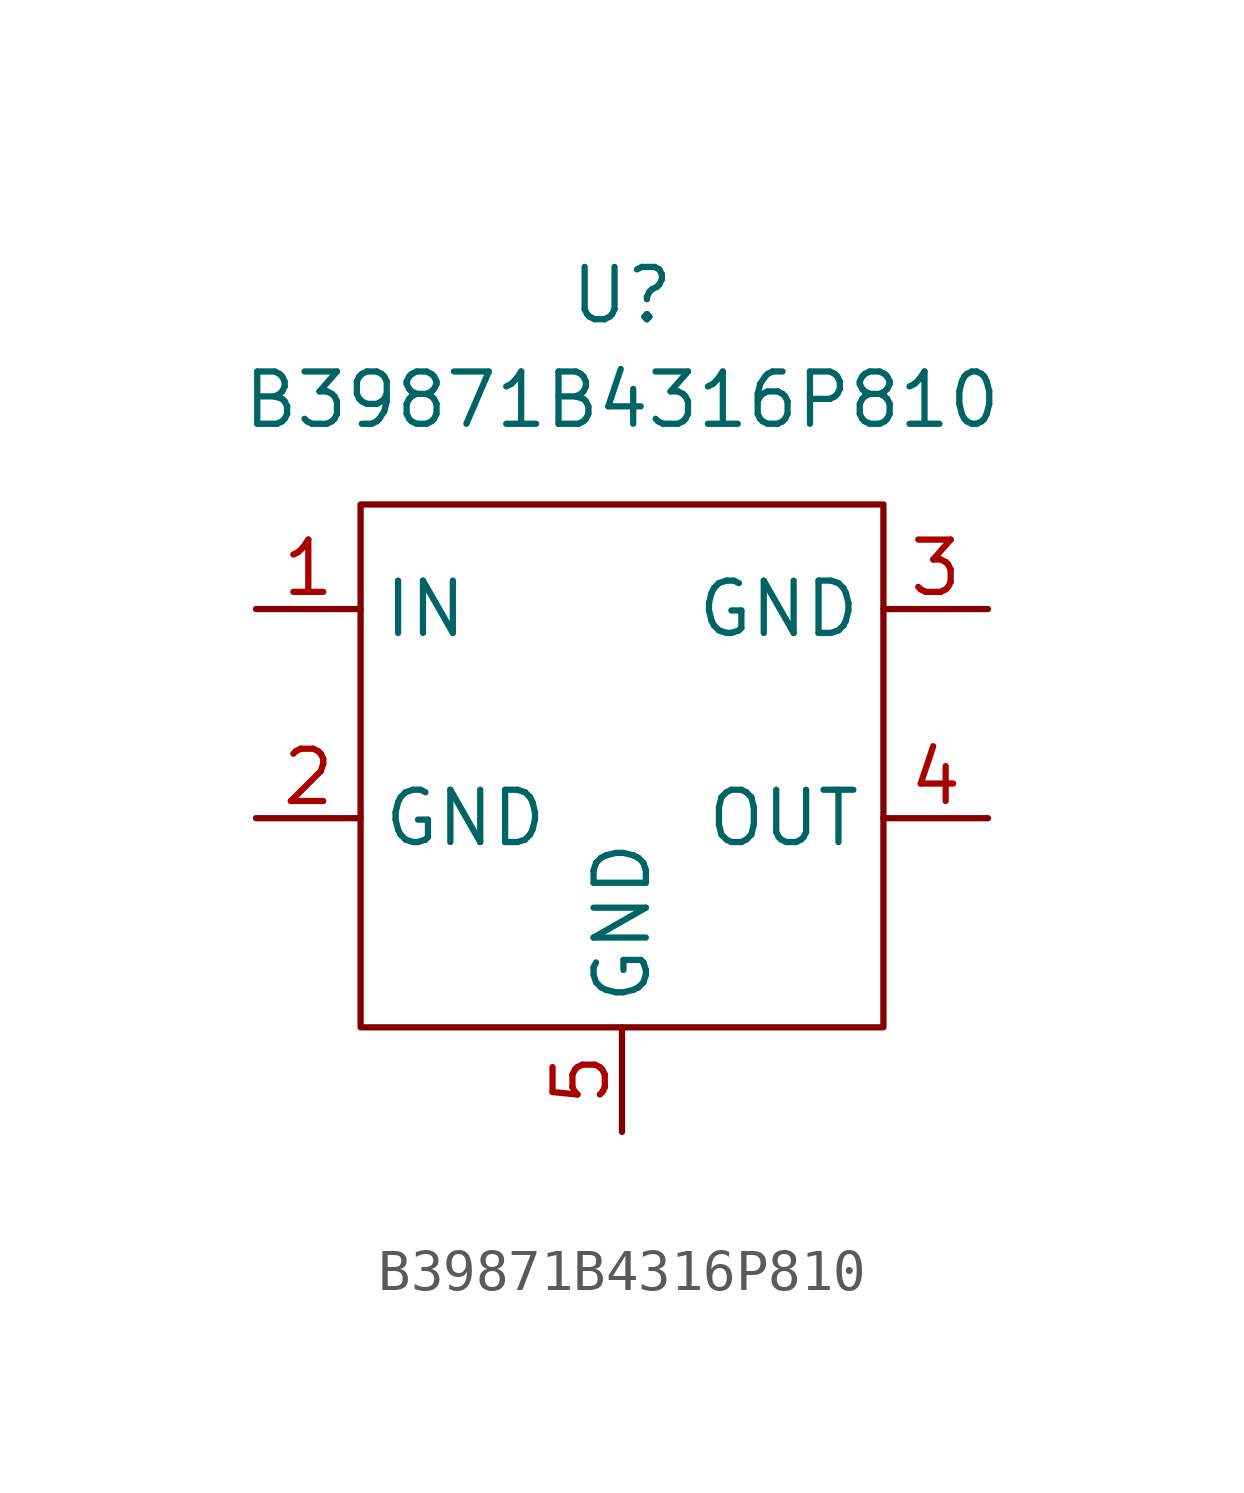
<source format=kicad_sym>
(kicad_symbol_lib
  (version 20211014)
  (generator kicad_symbol_editor)
  (symbol "B39871B4316P810"
    (property "Reference" "U"
      (at 0 1.27 0)
      (effects (font (size 1.27 1.27))))
    (property "Value" "B39871B4316P810"
      (at 0 -1.27 0)
      (effects (font (size 1.27 1.27))))
    (symbol "B39871B4316P810_0_1"
      (rectangle (start -6.35 -3.81) (end 6.35 -16.51) (stroke (width 0) (type default) (color 0 0 0 0)) (fill (type none))))
    (symbol "B39871B4316P810_1_1"
      (pin input line (at -8.89 -6.35 0) (length 2.54) (name "IN" (effects (font (size 1.27 1.27)))) (number "1" (effects (font (size 1.27 1.27)))))
      (pin passive line (at -8.89 -11.43 0) (length 2.54) (name "GND" (effects (font (size 1.27 1.27)))) (number "2" (effects (font (size 1.27 1.27)))))
      (pin passive line (at 8.89 -6.35 180) (length 2.54) (name "GND" (effects (font (size 1.27 1.27)))) (number "3" (effects (font (size 1.27 1.27)))))
      (pin output line (at 8.89 -11.43 180) (length 2.54) (name "OUT" (effects (font (size 1.27 1.27)))) (number "4" (effects (font (size 1.27 1.27)))))
      (pin passive line (at 0 -19.05 90) (length 2.54) (name "GND" (effects (font (size 1.27 1.27)))) (number "5" (effects (font (size 1.27 1.27))))))))
</source>
